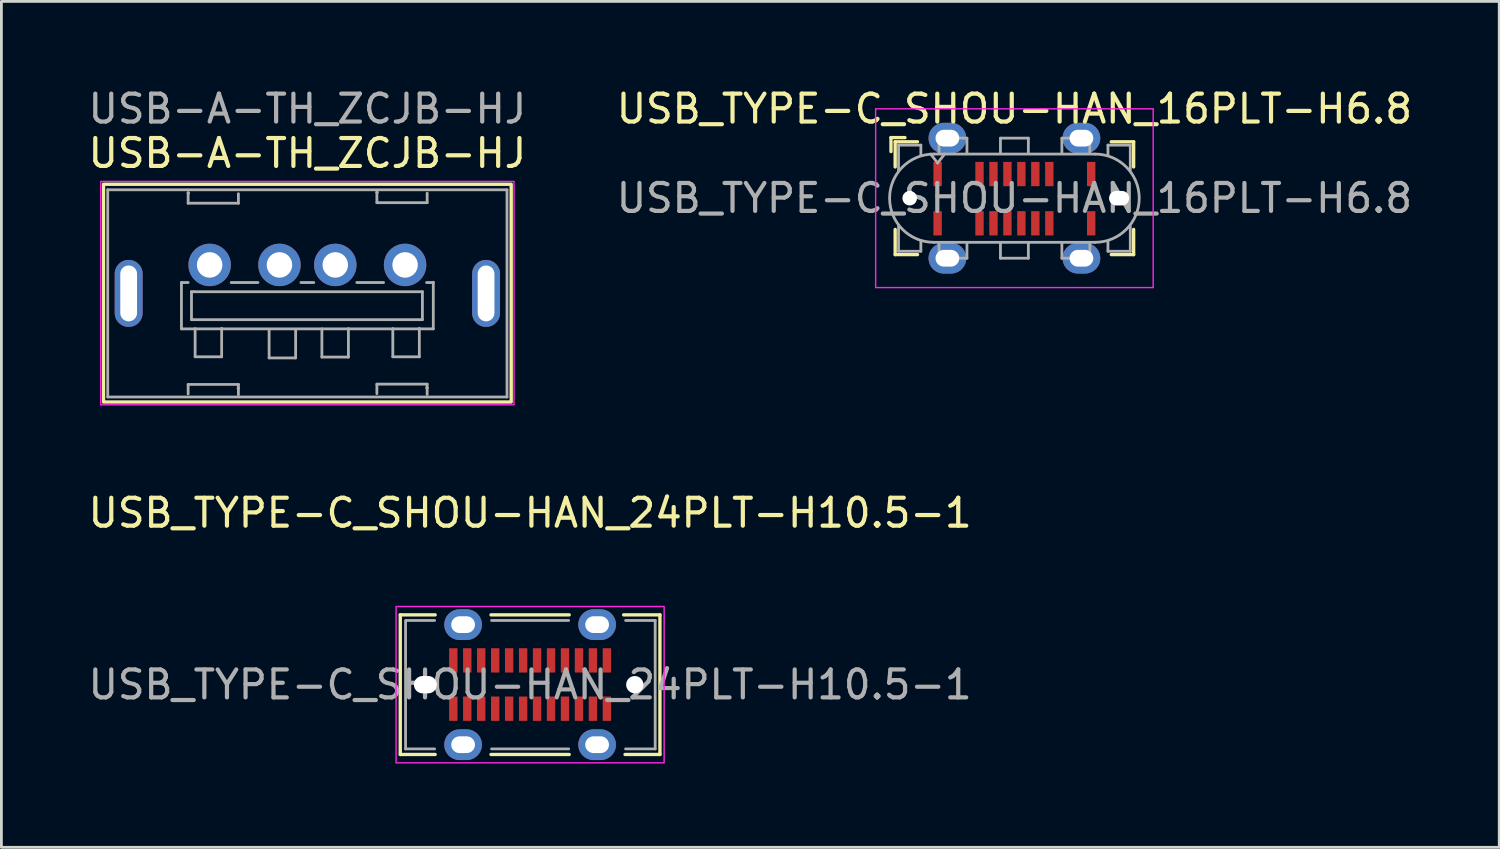
<source format=kicad_pcb>
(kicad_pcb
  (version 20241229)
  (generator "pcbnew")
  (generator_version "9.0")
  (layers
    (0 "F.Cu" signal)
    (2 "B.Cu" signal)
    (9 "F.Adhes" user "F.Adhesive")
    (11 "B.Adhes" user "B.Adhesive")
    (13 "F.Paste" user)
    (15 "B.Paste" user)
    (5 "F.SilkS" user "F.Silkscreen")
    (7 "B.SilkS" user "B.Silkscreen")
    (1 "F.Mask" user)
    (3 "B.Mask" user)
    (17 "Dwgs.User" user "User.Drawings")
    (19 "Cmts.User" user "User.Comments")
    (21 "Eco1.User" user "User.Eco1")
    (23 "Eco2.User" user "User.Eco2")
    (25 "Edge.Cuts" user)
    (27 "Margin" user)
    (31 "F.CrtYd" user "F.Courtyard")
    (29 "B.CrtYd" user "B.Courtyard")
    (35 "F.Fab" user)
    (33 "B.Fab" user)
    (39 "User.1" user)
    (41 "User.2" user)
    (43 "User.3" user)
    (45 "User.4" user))
  (footprint "USB_TYPE-C_SHOU-HAN_24PLT-H10.5-1"
    (layer "F.Cu")
    (at 15.935 21.471)
    (property "Reference" "USB_TYPE-C_SHOU-HAN_24PLT-H10.5-1" (at 0 -6.15 0) (layer "F.SilkS") (effects (font (size 1 1) (thickness 0.15))))
    (attr smd)
    (fp_line (start -4.65 -2.5) (end -3.4 -2.5) (stroke (width 0.12) (type default)) (layer "F.SilkS"))
    (fp_line (start -4.65 2.5) (end -4.65 -2.5) (stroke (width 0.12) (type default)) (layer "F.SilkS"))
    (fp_line (start -3.4 2.5) (end -4.65 2.5) (stroke (width 0.12) (type default)) (layer "F.SilkS"))
    (fp_line (start -1.4 -2.5) (end 1.4 -2.5) (stroke (width 0.12) (type default)) (layer "F.SilkS"))
    (fp_line (start 1.4 2.5) (end -1.4 2.5) (stroke (width 0.12) (type default)) (layer "F.SilkS"))
    (fp_line (start 3.35 -2.5) (end 4.65 -2.5) (stroke (width 0.12) (type default)) (layer "F.SilkS"))
    (fp_line (start 4.65 -2.5) (end 4.65 2.5) (stroke (width 0.12) (type default)) (layer "F.SilkS"))
    (fp_line (start 4.65 2.5) (end 3.4 2.5) (stroke (width 0.12) (type default)) (layer "F.SilkS"))
    (fp_rect (start -4.8 -2.8) (end 4.8 2.8) (stroke (width 0.05) (type default)) (fill no) (layer "F.CrtYd"))
    (fp_line (start -4.46 -2.3) (end -4.46 2.3) (stroke (width 0.1) (type solid)) (layer "F.Fab"))
    (fp_line (start -4.46 2.3) (end -3.42 2.3) (stroke (width 0.1) (type solid)) (layer "F.Fab"))
    (fp_line (start -3.42 -2.3) (end -4.42 -2.3) (stroke (width 0.1) (type solid)) (layer "F.Fab"))
    (fp_line (start -1.38 2.3) (end 1.38 2.3) (stroke (width 0.1) (type solid)) (layer "F.Fab"))
    (fp_line (start 1.38 -2.3) (end -1.38 -2.3) (stroke (width 0.1) (type solid)) (layer "F.Fab"))
    (fp_line (start 3.42 2.3) (end 4.48 2.3) (stroke (width 0.1) (type solid)) (layer "F.Fab"))
    (fp_line (start 4.48 -2.3) (end 3.42 -2.3) (stroke (width 0.1) (type solid)) (layer "F.Fab"))
    (fp_line (start 4.48 2.3) (end 4.48 -2.3) (stroke (width 0.1) (type solid)) (layer "F.Fab"))
    (fp_text user "${REFERENCE}" (at 0 0 0) (layer "F.Fab") (effects (font (size 1 1) (thickness 0.15))))
    (pad "" np_thru_hole oval (at -3.75 0) (size 0.82 0.62) (drill oval 0.82 0.62) (layers "*.Cu" "*.Mask"))
    (pad "" np_thru_hole circle (at 3.75 0) (size 0.62 0.62) (drill 0.62) (layers "*.Cu" "*.Mask"))
    (pad "1" thru_hole oval (at 2.4 -2.15) (size 1.35 1.1) (drill oval 0.85 0.6) (layers "*.Cu" "*.Mask"))
    (pad "2" thru_hole oval (at -2.4 -2.15) (size 1.35 1.1) (drill oval 0.85 0.6) (layers "*.Cu" "*.Mask"))
    (pad "3" thru_hole oval (at -2.4 2.15) (size 1.35 1.1) (drill oval 0.85 0.6) (layers "*.Cu" "*.Mask"))
    (pad "4" thru_hole oval (at 2.4 2.15) (size 1.35 1.1) (drill oval 0.85 0.6) (layers "*.Cu" "*.Mask"))
    (pad "A1" smd rect (at -2.75 -0.87) (size 0.3 0.87) (layers "F.Cu" "F.Mask" "F.Paste"))
    (pad "A2" smd rect (at -2.25 -0.87) (size 0.3 0.87) (layers "F.Cu" "F.Mask" "F.Paste"))
    (pad "A3" smd rect (at -1.75 -0.87) (size 0.3 0.87) (layers "F.Cu" "F.Mask" "F.Paste"))
    (pad "A4" smd rect (at -1.25 -0.87) (size 0.3 0.87) (layers "F.Cu" "F.Mask" "F.Paste"))
    (pad "A5" smd rect (at -0.75 -0.87) (size 0.3 0.87) (layers "F.Cu" "F.Mask" "F.Paste"))
    (pad "A6" smd rect (at -0.25 -0.87) (size 0.3 0.87) (layers "F.Cu" "F.Mask" "F.Paste"))
    (pad "A7" smd rect (at 0.25 -0.87) (size 0.3 0.87) (layers "F.Cu" "F.Mask" "F.Paste"))
    (pad "A8" smd rect (at 0.75 -0.87) (size 0.3 0.87) (layers "F.Cu" "F.Mask" "F.Paste"))
    (pad "A9" smd rect (at 1.25 -0.87) (size 0.3 0.87) (layers "F.Cu" "F.Mask" "F.Paste"))
    (pad "A10" smd rect (at 1.75 -0.87) (size 0.3 0.87) (layers "F.Cu" "F.Mask" "F.Paste"))
    (pad "A11" smd rect (at 2.25 -0.87) (size 0.3 0.87) (layers "F.Cu" "F.Mask" "F.Paste"))
    (pad "A12" smd rect (at 2.75 -0.87) (size 0.3 0.87) (layers "F.Cu" "F.Mask" "F.Paste"))
    (pad "B1" smd rect (at 2.75 0.86 180) (size 0.3 0.87) (layers "F.Cu" "F.Mask" "F.Paste"))
    (pad "B2" smd rect (at 2.25 0.86 180) (size 0.3 0.87) (layers "F.Cu" "F.Mask" "F.Paste"))
    (pad "B3" smd rect (at 1.75 0.86 180) (size 0.3 0.87) (layers "F.Cu" "F.Mask" "F.Paste"))
    (pad "B4" smd rect (at 1.25 0.86 180) (size 0.3 0.87) (layers "F.Cu" "F.Mask" "F.Paste"))
    (pad "B5" smd rect (at 0.75 0.86 180) (size 0.3 0.87) (layers "F.Cu" "F.Mask" "F.Paste"))
    (pad "B6" smd rect (at 0.25 0.86 180) (size 0.3 0.87) (layers "F.Cu" "F.Mask" "F.Paste"))
    (pad "B7" smd rect (at -0.25 0.86 180) (size 0.3 0.87) (layers "F.Cu" "F.Mask" "F.Paste"))
    (pad "B8" smd rect (at -0.75 0.86 180) (size 0.3 0.87) (layers "F.Cu" "F.Mask" "F.Paste"))
    (pad "B9" smd rect (at -1.25 0.86 180) (size 0.3 0.87) (layers "F.Cu" "F.Mask" "F.Paste"))
    (pad "B10" smd rect (at -1.75 0.86 180) (size 0.3 0.87) (layers "F.Cu" "F.Mask" "F.Paste"))
    (pad "B11" smd rect (at -2.25 0.86 180) (size 0.3 0.87) (layers "F.Cu" "F.Mask" "F.Paste"))
    (pad "B12" smd rect (at -2.75 0.86 180) (size 0.3 0.87) (layers "F.Cu" "F.Mask" "F.Paste")))
  (footprint "USB_TYPE-C_SHOU-HAN_16PLT-H6.8"
    (layer "F.Cu")
    (at 33.28 4.048)
    (property "Reference" "USB_TYPE-C_SHOU-HAN_16PLT-H6.8" (at 0 -3.2 0) (layer "F.SilkS") (effects (font (size 1 1) (thickness 0.15))))
    (fp_line (start -4.42 -2.17) (end -4.42 -1.67) (stroke (width 0.12) (type solid)) (layer "F.SilkS"))
    (fp_line (start -4.42 -2.17) (end -3.92 -2.17) (stroke (width 0.12) (type solid)) (layer "F.SilkS"))
    (fp_line (start -4.27 -2.02) (end -4.27 -1.12) (stroke (width 0.12) (type solid)) (layer "F.SilkS"))
    (fp_line (start -4.27 -2.02) (end -3.47 -2.02) (stroke (width 0.12) (type solid)) (layer "F.SilkS"))
    (fp_line (start -4.27 2.02) (end -4.27 1.12) (stroke (width 0.12) (type solid)) (layer "F.SilkS"))
    (fp_line (start -4.27 2.02) (end -3.47 2.02) (stroke (width 0.12) (type solid)) (layer "F.SilkS"))
    (fp_line (start 4.27 -2.02) (end 3.47 -2.02) (stroke (width 0.12) (type solid)) (layer "F.SilkS"))
    (fp_line (start 4.27 -2.02) (end 4.27 -1.12) (stroke (width 0.12) (type solid)) (layer "F.SilkS"))
    (fp_line (start 4.27 2.02) (end 3.47 2.02) (stroke (width 0.12) (type solid)) (layer "F.SilkS"))
    (fp_line (start 4.27 2.02) (end 4.27 1.12) (stroke (width 0.12) (type solid)) (layer "F.SilkS"))
    (fp_line (start -4.97 -3.2) (end -4.97 3.2) (stroke (width 0.05) (type solid)) (layer "F.CrtYd"))
    (fp_line (start -4.97 3.2) (end 4.97 3.2) (stroke (width 0.05) (type solid)) (layer "F.CrtYd"))
    (fp_line (start 4.97 -3.2) (end -4.97 -3.2) (stroke (width 0.05) (type solid)) (layer "F.CrtYd"))
    (fp_line (start 4.97 3.2) (end 4.97 -3.2) (stroke (width 0.05) (type solid)) (layer "F.CrtYd"))
    (fp_line (start -4.15 -1.9) (end -4.15 -1) (stroke (width 0.1) (type solid)) (layer "F.Fab"))
    (fp_line (start -4.15 -1.9) (end -3.35 -1.9) (stroke (width 0.1) (type solid)) (layer "F.Fab"))
    (fp_line (start -4.15 1.9) (end -4.15 1) (stroke (width 0.1) (type solid)) (layer "F.Fab"))
    (fp_line (start -4.15 1.9) (end -3.35 1.9) (stroke (width 0.1) (type solid)) (layer "F.Fab"))
    (fp_line (start -3.35 -1.9) (end -3.35 -1.55) (stroke (width 0.1) (type solid)) (layer "F.Fab"))
    (fp_line (start -3.35 1.9) (end -3.35 1.55) (stroke (width 0.1) (type solid)) (layer "F.Fab"))
    (fp_line (start -2.89 1.58) (end 2.89 1.58) (stroke (width 0.1) (type solid)) (layer "F.Fab"))
    (fp_line (start -2.75 -1.26) (end -3 -1.58) (stroke (width 0.1) (type solid)) (layer "F.Fab"))
    (fp_line (start -2.7 -2.15) (end -1.7 -2.15) (stroke (width 0.1) (type solid)) (layer "F.Fab"))
    (fp_line (start -2.7 -1.6) (end -2.7 -2.15) (stroke (width 0.1) (type solid)) (layer "F.Fab"))
    (fp_line (start -2.7 1.6) (end -2.7 2.15) (stroke (width 0.1) (type solid)) (layer "F.Fab"))
    (fp_line (start -2.7 2.15) (end -1.7 2.15) (stroke (width 0.1) (type solid)) (layer "F.Fab"))
    (fp_line (start -2.5 -1.58) (end -2.75 -1.26) (stroke (width 0.1) (type solid)) (layer "F.Fab"))
    (fp_line (start -1.7 -2.15) (end -1.7 -1.6) (stroke (width 0.1) (type solid)) (layer "F.Fab"))
    (fp_line (start -1.7 2.15) (end -1.7 1.6) (stroke (width 0.1) (type solid)) (layer "F.Fab"))
    (fp_line (start -0.5 -2.15) (end 0.5 -2.15) (stroke (width 0.1) (type solid)) (layer "F.Fab"))
    (fp_line (start -0.5 -1.6) (end -0.5 -2.15) (stroke (width 0.1) (type solid)) (layer "F.Fab"))
    (fp_line (start -0.5 2.15) (end -0.5 1.6) (stroke (width 0.1) (type solid)) (layer "F.Fab"))
    (fp_line (start 0.5 -2.15) (end 0.5 -1.6) (stroke (width 0.1) (type solid)) (layer "F.Fab"))
    (fp_line (start 0.5 1.6) (end 0.5 2.15) (stroke (width 0.1) (type solid)) (layer "F.Fab"))
    (fp_line (start 0.5 2.15) (end -0.5 2.15) (stroke (width 0.1) (type solid)) (layer "F.Fab"))
    (fp_line (start 1.7 -2.15) (end 1.7 -1.6) (stroke (width 0.1) (type solid)) (layer "F.Fab"))
    (fp_line (start 1.7 2.15) (end 1.7 1.6) (stroke (width 0.1) (type solid)) (layer "F.Fab"))
    (fp_line (start 2.7 -2.15) (end 1.7 -2.15) (stroke (width 0.1) (type solid)) (layer "F.Fab"))
    (fp_line (start 2.7 -1.6) (end 2.7 -2.15) (stroke (width 0.1) (type solid)) (layer "F.Fab"))
    (fp_line (start 2.7 1.6) (end 2.7 2.15) (stroke (width 0.1) (type solid)) (layer "F.Fab"))
    (fp_line (start 2.7 2.15) (end 1.7 2.15) (stroke (width 0.1) (type solid)) (layer "F.Fab"))
    (fp_line (start 2.89 -1.58) (end -2.89 -1.58) (stroke (width 0.1) (type solid)) (layer "F.Fab"))
    (fp_line (start 3.35 -1.9) (end 3.35 -1.55) (stroke (width 0.1) (type solid)) (layer "F.Fab"))
    (fp_line (start 3.35 1.9) (end 3.35 1.55) (stroke (width 0.1) (type solid)) (layer "F.Fab"))
    (fp_line (start 4.15 -1.9) (end 3.35 -1.9) (stroke (width 0.1) (type solid)) (layer "F.Fab"))
    (fp_line (start 4.15 -1.9) (end 4.15 -1) (stroke (width 0.1) (type solid)) (layer "F.Fab"))
    (fp_line (start 4.15 1.9) (end 3.35 1.9) (stroke (width 0.1) (type solid)) (layer "F.Fab"))
    (fp_line (start 4.15 1.9) (end 4.15 1) (stroke (width 0.1) (type solid)) (layer "F.Fab"))
    (fp_arc (start -2.89 1.58) (mid -4.47 0) (end -2.89 -1.58) (stroke (width 0.1) (type solid)) (layer "F.Fab"))
    (fp_arc (start 2.89 -1.58) (mid 4.47 0) (end 2.89 1.58) (stroke (width 0.1) (type solid)) (layer "F.Fab"))
    (fp_text user "${REFERENCE}" (at 0 0 0) (unlocked yes) (layer "F.Fab") (effects (font (size 1 1) (thickness 0.15))))
    (pad "" np_thru_hole circle (at -3.75 0) (size 0.52 0.52) (drill 0.66) (layers "*.Cu" "*.Mask"))
    (pad "" np_thru_hole oval (at 3.75 0) (size 0.72 0.52) (drill oval 1 0.58) (layers "*.Cu" "*.Mask"))
    (pad "A1" smd rect (at -2.75 -0.865) (size 0.3 0.87) (layers "F.Cu" "F.Mask" "F.Paste"))
    (pad "A4" smd rect (at -1.25 -0.865) (size 0.3 0.87) (layers "F.Cu" "F.Mask" "F.Paste"))
    (pad "A5" smd rect (at -0.75 -0.865) (size 0.3 0.87) (layers "F.Cu" "F.Mask" "F.Paste"))
    (pad "A6" smd rect (at -0.25 -0.865) (size 0.3 0.87) (layers "F.Cu" "F.Mask" "F.Paste"))
    (pad "A7" smd rect (at 0.25 -0.865) (size 0.3 0.87) (layers "F.Cu" "F.Mask" "F.Paste"))
    (pad "A8" smd rect (at 0.75 -0.865) (size 0.3 0.87) (layers "F.Cu" "F.Mask" "F.Paste"))
    (pad "A9" smd rect (at 1.25 -0.865) (size 0.3 0.87) (layers "F.Cu" "F.Mask" "F.Paste"))
    (pad "A12" smd rect (at 2.75 -0.865) (size 0.3 0.87) (layers "F.Cu" "F.Mask" "F.Paste"))
    (pad "B1" smd rect (at 2.75 0.9) (size 0.3 0.87) (layers "F.Cu" "F.Mask" "F.Paste"))
    (pad "B4" smd rect (at 1.25 0.9) (size 0.3 0.87) (layers "F.Cu" "F.Mask" "F.Paste"))
    (pad "B5" smd rect (at 0.75 0.9) (size 0.3 0.87) (layers "F.Cu" "F.Mask" "F.Paste"))
    (pad "B6" smd rect (at 0.25 0.9) (size 0.3 0.87) (layers "F.Cu" "F.Mask" "F.Paste"))
    (pad "B7" smd rect (at -0.25 0.9) (size 0.3 0.87) (layers "F.Cu" "F.Mask" "F.Paste"))
    (pad "B8" smd rect (at -0.75 0.9) (size 0.3 0.87) (layers "F.Cu" "F.Mask" "F.Paste"))
    (pad "B9" smd rect (at -1.25 0.9) (size 0.3 0.87) (layers "F.Cu" "F.Mask" "F.Paste"))
    (pad "B12" smd rect (at -2.75 0.9) (size 0.3 0.87) (layers "F.Cu" "F.Mask" "F.Paste"))
    (pad "S1" thru_hole oval (at -2.4 -2.15) (size 1.35 1.1) (drill oval 0.85 0.6) (layers "*.Cu" "*.Mask" "F.Paste"))
    (pad "S1" thru_hole oval (at -2.4 2.15) (size 1.35 1.1) (drill oval 0.85 0.6) (layers "*.Cu" "*.Mask" "F.Paste"))
    (pad "S1" thru_hole oval (at 2.4 -2.15) (size 1.35 1.1) (drill oval 0.85 0.6) (layers "*.Cu" "*.Mask" "F.Paste"))
    (pad "S1" thru_hole oval (at 2.4 2.15) (size 1.35 1.1) (drill oval 0.85 0.6) (layers "*.Cu" "*.Mask" "F.Paste"))
    (zone (net_name "") (layer "F.Cu") (name "peg") (hatch full 0.508) (connect_pads) (min_thickness 0.254) (filled_areas_thickness no) (keepout (tracks allowed) (vias allowed) (pads not_allowed) (copperpour not_allowed) (footprints not_allowed)) (placement (enabled no)) (fill) (polygon (pts (xy 34.08 2.248) (xy 32.48 2.248) (xy 32.48 1.548) (xy 34.08 1.548))))
    (zone (net_name "") (layer "F.Cu") (name "peg") (hatch full 0.508) (connect_pads) (min_thickness 0.254) (filled_areas_thickness no) (keepout (tracks allowed) (vias allowed) (pads not_allowed) (copperpour not_allowed) (footprints not_allowed)) (placement (enabled no)) (fill) (polygon (pts (xy 34.08 6.548) (xy 32.48 6.548) (xy 32.48 5.848) (xy 34.08 5.848)))))
  (footprint "USB-A-TH_ZCJB-HJ"
    (layer "F.Cu")
    (at 7.958 6.948)
    (property "Reference" "USB-A-TH_ZCJB-HJ" (at 0 -4.51 0) (layer "F.SilkS") (effects (font (size 1 1) (thickness 0.15))))
    (attr through_hole)
    (fp_rect (start -7.3 -3.4) (end 7.3 4.4) (stroke (width 0.12) (type default)) (fill no) (layer "F.SilkS"))
    (fp_rect (start -7.4 -3.5) (end 7.4 4.5) (stroke (width 0.05) (type default)) (fill no) (layer "F.CrtYd"))
    (fp_line (start -7.15 -3.2) (end 7.15 -3.2) (stroke (width 0.1) (type solid)) (layer "F.Fab"))
    (fp_line (start -7.15 4.22) (end -7.15 -3.2) (stroke (width 0.1) (type solid)) (layer "F.Fab"))
    (fp_line (start -7.15 4.22) (end 7.15 4.22) (stroke (width 0.1) (type solid)) (layer "F.Fab"))
    (fp_line (start -4.51 0.12) (end -4.27 0.12) (stroke (width 0.1) (type solid)) (layer "F.Fab"))
    (fp_line (start -4.51 1.78) (end -4.51 0.12) (stroke (width 0.1) (type solid)) (layer "F.Fab"))
    (fp_line (start -4.27 -3.09) (end -4.26 -3.09) (stroke (width 0.1) (type solid)) (layer "F.Fab"))
    (fp_line (start -4.27 -2.72) (end -4.27 -3.09) (stroke (width 0.1) (type solid)) (layer "F.Fab"))
    (fp_line (start -4.27 3.77) (end -2.47 3.77) (stroke (width 0.1) (type solid)) (layer "F.Fab"))
    (fp_line (start -4.27 4.11) (end -4.27 3.77) (stroke (width 0.1) (type solid)) (layer "F.Fab"))
    (fp_line (start -4.26 -3.09) (end -4.27 -3.09) (stroke (width 0.1) (type solid)) (layer "F.Fab"))
    (fp_line (start -4.15 0.45) (end -4.07 0.45) (stroke (width 0.1) (type solid)) (layer "F.Fab"))
    (fp_line (start -4.15 1.45) (end -4.15 0.45) (stroke (width 0.1) (type solid)) (layer "F.Fab"))
    (fp_line (start -4.06 0.45) (end 4.12 0.45) (stroke (width 0.1) (type solid)) (layer "F.Fab"))
    (fp_line (start -4.02 2.78) (end -4.02 1.77) (stroke (width 0.1) (type solid)) (layer "F.Fab"))
    (fp_line (start -3.07 1.76) (end -3.07 2.78) (stroke (width 0.1) (type solid)) (layer "F.Fab"))
    (fp_line (start -3.07 2.78) (end -4.02 2.78) (stroke (width 0.1) (type solid)) (layer "F.Fab"))
    (fp_line (start -2.73 0.12) (end -1.77 0.12) (stroke (width 0.1) (type solid)) (layer "F.Fab"))
    (fp_line (start -2.48 3.91) (end -2.47 3.91) (stroke (width 0.1) (type solid)) (layer "F.Fab"))
    (fp_line (start -2.47 -3.06) (end -2.47 -2.72) (stroke (width 0.1) (type solid)) (layer "F.Fab"))
    (fp_line (start -2.47 -2.72) (end -4.27 -2.72) (stroke (width 0.1) (type solid)) (layer "F.Fab"))
    (fp_line (start -2.47 3.77) (end -2.47 4.14) (stroke (width 0.1) (type solid)) (layer "F.Fab"))
    (fp_line (start -2.47 3.91) (end -2.48 3.91) (stroke (width 0.1) (type solid)) (layer "F.Fab"))
    (fp_line (start -1.37 2.82) (end -1.37 1.81) (stroke (width 0.1) (type solid)) (layer "F.Fab"))
    (fp_line (start -0.42 1.8) (end -0.42 2.82) (stroke (width 0.1) (type solid)) (layer "F.Fab"))
    (fp_line (start -0.42 2.82) (end -1.37 2.82) (stroke (width 0.1) (type solid)) (layer "F.Fab"))
    (fp_line (start -0.23 0.12) (end 0.23 0.12) (stroke (width 0.1) (type solid)) (layer "F.Fab"))
    (fp_line (start 0.52 2.79) (end 0.52 1.78) (stroke (width 0.1) (type solid)) (layer "F.Fab"))
    (fp_line (start 1.47 1.77) (end 1.47 2.79) (stroke (width 0.1) (type solid)) (layer "F.Fab"))
    (fp_line (start 1.47 2.79) (end 0.52 2.79) (stroke (width 0.1) (type solid)) (layer "F.Fab"))
    (fp_line (start 1.77 0.12) (end 2.73 0.12) (stroke (width 0.1) (type solid)) (layer "F.Fab"))
    (fp_line (start 2.49 -3.11) (end 2.5 -3.11) (stroke (width 0.1) (type solid)) (layer "F.Fab"))
    (fp_line (start 2.49 -2.74) (end 2.49 -3.11) (stroke (width 0.1) (type solid)) (layer "F.Fab"))
    (fp_line (start 2.49 3.76) (end 4.29 3.76) (stroke (width 0.1) (type solid)) (layer "F.Fab"))
    (fp_line (start 2.49 4.1) (end 2.49 3.76) (stroke (width 0.1) (type solid)) (layer "F.Fab"))
    (fp_line (start 2.5 -3.11) (end 2.49 -3.11) (stroke (width 0.1) (type solid)) (layer "F.Fab"))
    (fp_line (start 3.06 2.78) (end 3.06 1.77) (stroke (width 0.1) (type solid)) (layer "F.Fab"))
    (fp_line (start 4.01 1.76) (end 4.01 2.78) (stroke (width 0.1) (type solid)) (layer "F.Fab"))
    (fp_line (start 4.01 2.78) (end 3.06 2.78) (stroke (width 0.1) (type solid)) (layer "F.Fab"))
    (fp_line (start 4.12 0.45) (end 4.12 1.45) (stroke (width 0.1) (type solid)) (layer "F.Fab"))
    (fp_line (start 4.12 1.45) (end -4.15 1.45) (stroke (width 0.1) (type solid)) (layer "F.Fab"))
    (fp_line (start 4.27 0.12) (end 4.51 0.12) (stroke (width 0.1) (type solid)) (layer "F.Fab"))
    (fp_line (start 4.28 3.89) (end 4.29 3.89) (stroke (width 0.1) (type solid)) (layer "F.Fab"))
    (fp_line (start 4.29 -3.08) (end 4.29 -2.74) (stroke (width 0.1) (type solid)) (layer "F.Fab"))
    (fp_line (start 4.29 -2.74) (end 2.49 -2.74) (stroke (width 0.1) (type solid)) (layer "F.Fab"))
    (fp_line (start 4.29 3.76) (end 4.29 4.13) (stroke (width 0.1) (type solid)) (layer "F.Fab"))
    (fp_line (start 4.29 3.89) (end 4.28 3.89) (stroke (width 0.1) (type solid)) (layer "F.Fab"))
    (fp_line (start 4.51 0.11) (end 4.51 1.78) (stroke (width 0.1) (type solid)) (layer "F.Fab"))
    (fp_line (start 4.51 1.78) (end -4.51 1.78) (stroke (width 0.1) (type solid)) (layer "F.Fab"))
    (fp_line (start 7.15 -3.2) (end 7.15 4.22) (stroke (width 0.1) (type solid)) (layer "F.Fab"))
    (fp_text user "${REFERENCE}" (at 0 -6.1 0) (layer "F.Fab") (effects (font (size 1 1) (thickness 0.15))))
    (pad "1" thru_hole circle (at -3.5 -0.51) (size 1.52 1.52) (drill 0.914) (layers "*.Cu" "*.Mask"))
    (pad "2" thru_hole circle (at -1 -0.51) (size 1.52 1.52) (drill 0.914) (layers "*.Cu" "*.Mask"))
    (pad "3" thru_hole circle (at 1 -0.51) (size 1.52 1.52) (drill 0.914) (layers "*.Cu" "*.Mask"))
    (pad "4" thru_hole circle (at 3.5 -0.51) (size 1.52 1.52) (drill 0.914) (layers "*.Cu" "*.Mask"))
    (pad "5" thru_hole oval (at -6.4 0.51 270) (size 2.4 1) (drill oval 2 0.6) (layers "*.Cu" "*.Mask"))
    (pad "5" thru_hole oval (at 6.4 0.51 90) (size 2.4 1) (drill oval 2 0.6) (layers "*.Cu" "*.Mask")))
  (gr_rect
    (start -3 -3)
    (end 50.643 27.297)
    (stroke (width 0.1) (type default))
    (fill no)
    (layer "Edge.Cuts")))
</source>
